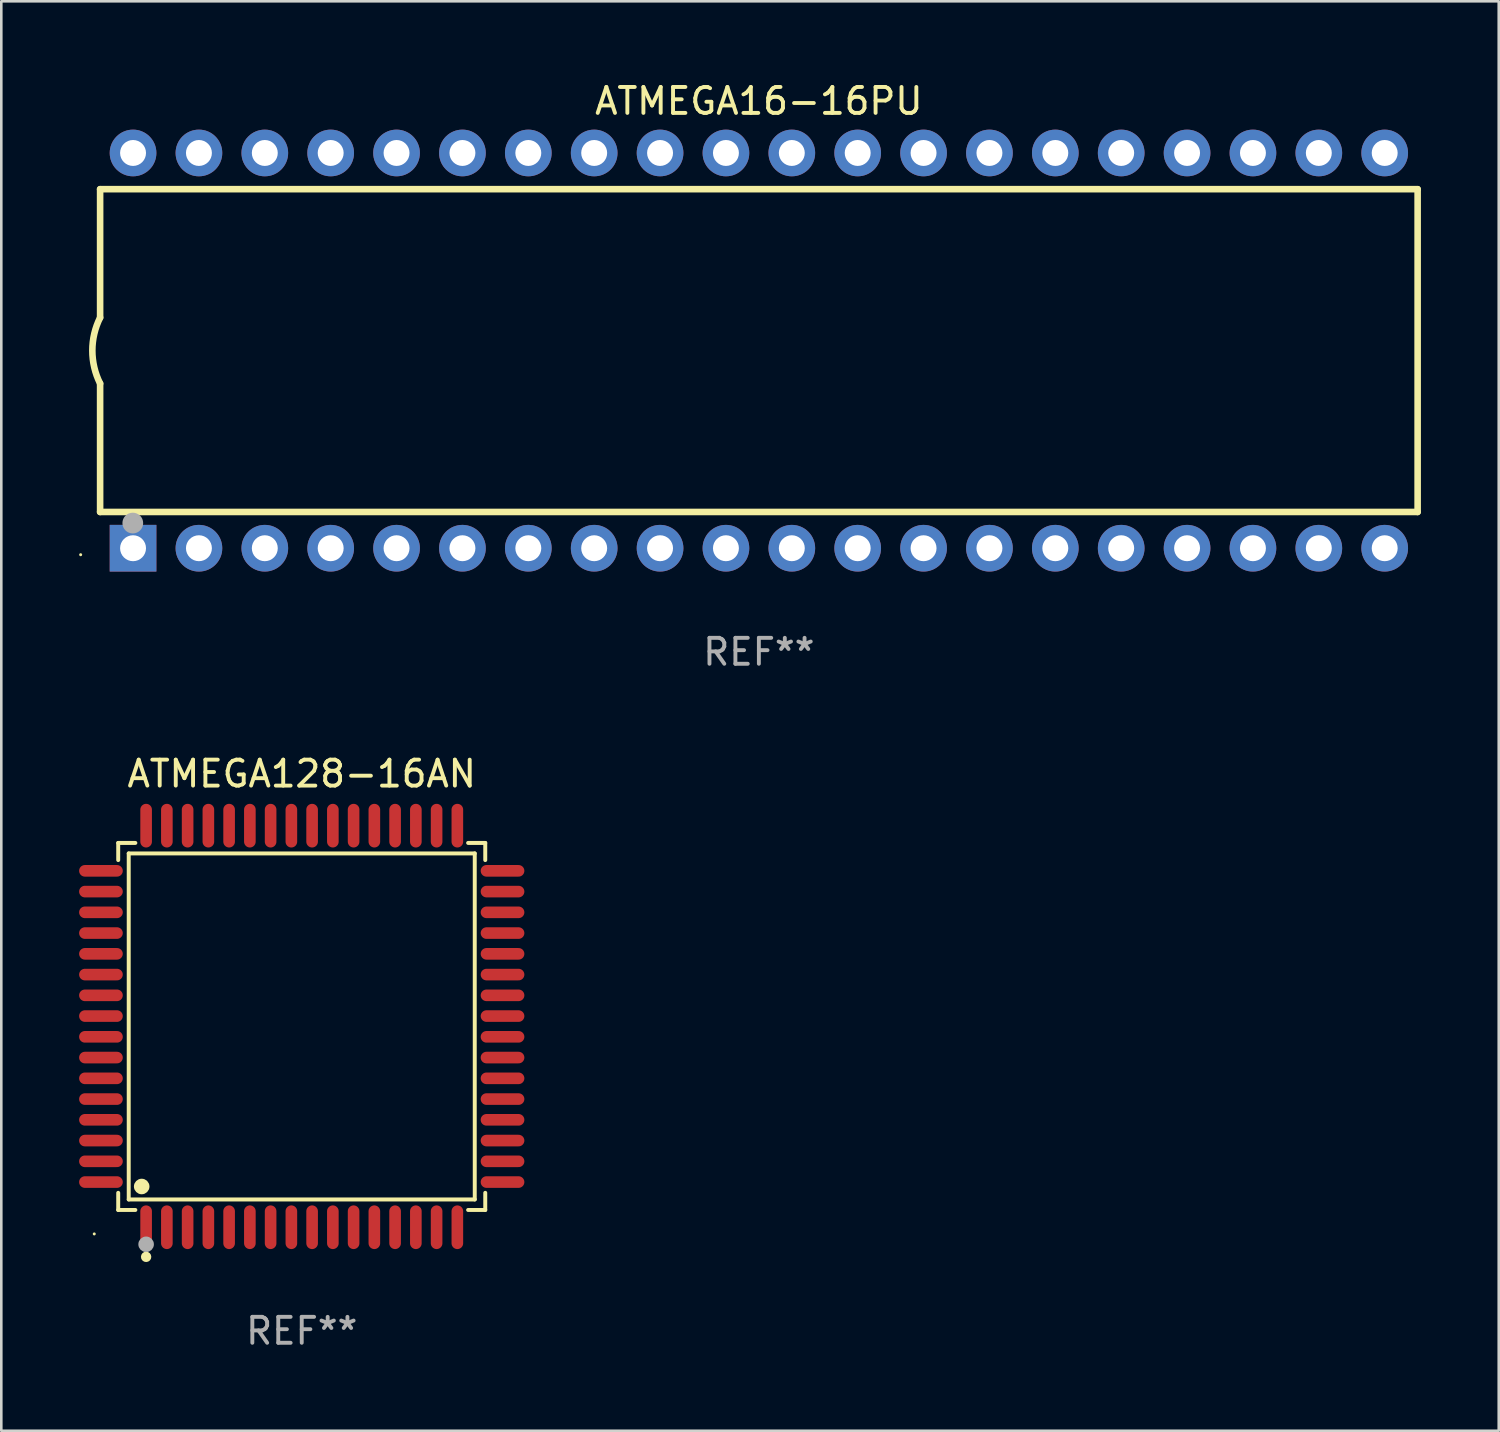
<source format=kicad_pcb>
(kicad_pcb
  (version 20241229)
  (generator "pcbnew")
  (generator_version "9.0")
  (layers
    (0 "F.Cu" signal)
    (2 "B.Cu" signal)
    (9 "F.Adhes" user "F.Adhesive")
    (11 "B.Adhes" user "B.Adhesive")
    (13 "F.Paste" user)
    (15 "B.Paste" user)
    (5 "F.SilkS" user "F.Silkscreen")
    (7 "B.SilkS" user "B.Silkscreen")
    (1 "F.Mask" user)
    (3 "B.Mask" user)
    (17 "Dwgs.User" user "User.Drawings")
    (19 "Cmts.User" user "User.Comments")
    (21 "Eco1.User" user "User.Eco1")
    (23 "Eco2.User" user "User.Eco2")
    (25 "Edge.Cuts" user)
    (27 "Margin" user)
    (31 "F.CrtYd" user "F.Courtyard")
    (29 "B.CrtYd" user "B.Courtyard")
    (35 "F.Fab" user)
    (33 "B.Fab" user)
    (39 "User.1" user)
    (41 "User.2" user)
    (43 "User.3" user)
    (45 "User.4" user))
  (footprint "ATMEGA128-16AN"
    (layer "F.Cu")
    (at 8.584 36.527)
    (property "Reference" "ATMEGA128-16AN" (at 0 -9.742 0) (layer "F.SilkS") (effects (font (size 1 1) (thickness 0.15))))
    (attr through_hole)
    (fp_line (start -7.076 -7.076) (end -6.415 -7.076) (stroke (width 0.152) (type solid)) (layer "F.SilkS"))
    (fp_line (start -7.076 -6.415) (end -7.076 -7.076) (stroke (width 0.152) (type solid)) (layer "F.SilkS"))
    (fp_line (start -7.076 6.415) (end -7.076 7.076) (stroke (width 0.152) (type solid)) (layer "F.SilkS"))
    (fp_line (start -7.076 7.076) (end -6.415 7.076) (stroke (width 0.152) (type solid)) (layer "F.SilkS"))
    (fp_line (start -6.671 -6.671) (end 6.671 -6.671) (stroke (width 0.152) (type solid)) (layer "F.SilkS"))
    (fp_line (start -6.671 6.671) (end -6.671 -6.671) (stroke (width 0.152) (type solid)) (layer "F.SilkS"))
    (fp_line (start 6.671 -6.671) (end 6.671 6.671) (stroke (width 0.152) (type solid)) (layer "F.SilkS"))
    (fp_line (start 6.671 6.671) (end -6.671 6.671) (stroke (width 0.152) (type solid)) (layer "F.SilkS"))
    (fp_line (start 7.076 -7.076) (end 6.415 -7.076) (stroke (width 0.152) (type solid)) (layer "F.SilkS"))
    (fp_line (start 7.076 -6.415) (end 7.076 -7.076) (stroke (width 0.152) (type solid)) (layer "F.SilkS"))
    (fp_line (start 7.076 6.415) (end 7.076 7.076) (stroke (width 0.152) (type solid)) (layer "F.SilkS"))
    (fp_line (start 7.076 7.076) (end 6.415 7.076) (stroke (width 0.152) (type solid)) (layer "F.SilkS"))
    (fp_circle (center -8 8) (end -7.97 8) (stroke (width 0.06) (type solid)) (fill no) (layer "F.SilkS"))
    (fp_circle (center -6.171 6.171) (end -6.021 6.171) (stroke (width 0.3) (type solid)) (fill no) (layer "F.SilkS"))
    (fp_circle (center -6 8.884) (end -5.9 8.884) (stroke (width 0.2) (type solid)) (fill no) (layer "F.SilkS"))
    (fp_circle (center -6 8.4) (end -5.85 8.4) (stroke (width 0.3) (type solid)) (fill no) (layer "F.Fab"))
    (fp_text user "REF**" (at 0 11.742 0) (layer "F.Fab") (effects (font (size 1 1) (thickness 0.15))))
    (pad "1" smd oval (at -6 7.742) (size 0.448 1.684) (layers "F.Cu" "F.Mask" "F.Paste"))
    (pad "2" smd oval (at -5.2 7.742) (size 0.448 1.684) (layers "F.Cu" "F.Mask" "F.Paste"))
    (pad "3" smd oval (at -4.4 7.742) (size 0.448 1.684) (layers "F.Cu" "F.Mask" "F.Paste"))
    (pad "4" smd oval (at -3.6 7.742) (size 0.448 1.684) (layers "F.Cu" "F.Mask" "F.Paste"))
    (pad "5" smd oval (at -2.8 7.742) (size 0.448 1.684) (layers "F.Cu" "F.Mask" "F.Paste"))
    (pad "6" smd oval (at -2 7.742) (size 0.448 1.684) (layers "F.Cu" "F.Mask" "F.Paste"))
    (pad "7" smd oval (at -1.2 7.742) (size 0.448 1.684) (layers "F.Cu" "F.Mask" "F.Paste"))
    (pad "8" smd oval (at -0.4 7.742) (size 0.448 1.684) (layers "F.Cu" "F.Mask" "F.Paste"))
    (pad "9" smd oval (at 0.4 7.742) (size 0.448 1.684) (layers "F.Cu" "F.Mask" "F.Paste"))
    (pad "10" smd oval (at 1.2 7.742) (size 0.448 1.684) (layers "F.Cu" "F.Mask" "F.Paste"))
    (pad "11" smd oval (at 2 7.742) (size 0.448 1.684) (layers "F.Cu" "F.Mask" "F.Paste"))
    (pad "12" smd oval (at 2.8 7.742) (size 0.448 1.684) (layers "F.Cu" "F.Mask" "F.Paste"))
    (pad "13" smd oval (at 3.6 7.742) (size 0.448 1.684) (layers "F.Cu" "F.Mask" "F.Paste"))
    (pad "14" smd oval (at 4.4 7.742) (size 0.448 1.684) (layers "F.Cu" "F.Mask" "F.Paste"))
    (pad "15" smd oval (at 5.2 7.742) (size 0.448 1.684) (layers "F.Cu" "F.Mask" "F.Paste"))
    (pad "16" smd oval (at 6 7.742) (size 0.448 1.684) (layers "F.Cu" "F.Mask" "F.Paste"))
    (pad "17" smd oval (at 7.742 6) (size 1.684 0.448) (layers "F.Cu" "F.Mask" "F.Paste"))
    (pad "18" smd oval (at 7.742 5.2) (size 1.684 0.448) (layers "F.Cu" "F.Mask" "F.Paste"))
    (pad "19" smd oval (at 7.742 4.4) (size 1.684 0.448) (layers "F.Cu" "F.Mask" "F.Paste"))
    (pad "20" smd oval (at 7.742 3.6) (size 1.684 0.448) (layers "F.Cu" "F.Mask" "F.Paste"))
    (pad "21" smd oval (at 7.742 2.8) (size 1.684 0.448) (layers "F.Cu" "F.Mask" "F.Paste"))
    (pad "22" smd oval (at 7.742 2) (size 1.684 0.448) (layers "F.Cu" "F.Mask" "F.Paste"))
    (pad "23" smd oval (at 7.742 1.2) (size 1.684 0.448) (layers "F.Cu" "F.Mask" "F.Paste"))
    (pad "24" smd oval (at 7.742 0.4) (size 1.684 0.448) (layers "F.Cu" "F.Mask" "F.Paste"))
    (pad "25" smd oval (at 7.742 -0.4) (size 1.684 0.448) (layers "F.Cu" "F.Mask" "F.Paste"))
    (pad "26" smd oval (at 7.742 -1.2) (size 1.684 0.448) (layers "F.Cu" "F.Mask" "F.Paste"))
    (pad "27" smd oval (at 7.742 -2) (size 1.684 0.448) (layers "F.Cu" "F.Mask" "F.Paste"))
    (pad "28" smd oval (at 7.742 -2.8) (size 1.684 0.448) (layers "F.Cu" "F.Mask" "F.Paste"))
    (pad "29" smd oval (at 7.742 -3.6) (size 1.684 0.448) (layers "F.Cu" "F.Mask" "F.Paste"))
    (pad "30" smd oval (at 7.742 -4.4) (size 1.684 0.448) (layers "F.Cu" "F.Mask" "F.Paste"))
    (pad "31" smd oval (at 7.742 -5.2) (size 1.684 0.448) (layers "F.Cu" "F.Mask" "F.Paste"))
    (pad "32" smd oval (at 7.742 -6) (size 1.684 0.448) (layers "F.Cu" "F.Mask" "F.Paste"))
    (pad "33" smd oval (at 6 -7.742) (size 0.448 1.684) (layers "F.Cu" "F.Mask" "F.Paste"))
    (pad "34" smd oval (at 5.2 -7.742) (size 0.448 1.684) (layers "F.Cu" "F.Mask" "F.Paste"))
    (pad "35" smd oval (at 4.4 -7.742) (size 0.448 1.684) (layers "F.Cu" "F.Mask" "F.Paste"))
    (pad "36" smd oval (at 3.6 -7.742) (size 0.448 1.684) (layers "F.Cu" "F.Mask" "F.Paste"))
    (pad "37" smd oval (at 2.8 -7.742) (size 0.448 1.684) (layers "F.Cu" "F.Mask" "F.Paste"))
    (pad "38" smd oval (at 2 -7.742) (size 0.448 1.684) (layers "F.Cu" "F.Mask" "F.Paste"))
    (pad "39" smd oval (at 1.2 -7.742) (size 0.448 1.684) (layers "F.Cu" "F.Mask" "F.Paste"))
    (pad "40" smd oval (at 0.4 -7.742) (size 0.448 1.684) (layers "F.Cu" "F.Mask" "F.Paste"))
    (pad "41" smd oval (at -0.4 -7.742) (size 0.448 1.684) (layers "F.Cu" "F.Mask" "F.Paste"))
    (pad "42" smd oval (at -1.2 -7.742) (size 0.448 1.684) (layers "F.Cu" "F.Mask" "F.Paste"))
    (pad "43" smd oval (at -2 -7.742) (size 0.448 1.684) (layers "F.Cu" "F.Mask" "F.Paste"))
    (pad "44" smd oval (at -2.8 -7.742) (size 0.448 1.684) (layers "F.Cu" "F.Mask" "F.Paste"))
    (pad "45" smd oval (at -3.6 -7.742) (size 0.448 1.684) (layers "F.Cu" "F.Mask" "F.Paste"))
    (pad "46" smd oval (at -4.4 -7.742) (size 0.448 1.684) (layers "F.Cu" "F.Mask" "F.Paste"))
    (pad "47" smd oval (at -5.2 -7.742) (size 0.448 1.684) (layers "F.Cu" "F.Mask" "F.Paste"))
    (pad "48" smd oval (at -6 -7.742) (size 0.448 1.684) (layers "F.Cu" "F.Mask" "F.Paste"))
    (pad "49" smd oval (at -7.742 -6) (size 1.684 0.448) (layers "F.Cu" "F.Mask" "F.Paste"))
    (pad "50" smd oval (at -7.742 -5.2) (size 1.684 0.448) (layers "F.Cu" "F.Mask" "F.Paste"))
    (pad "51" smd oval (at -7.742 -4.4) (size 1.684 0.448) (layers "F.Cu" "F.Mask" "F.Paste"))
    (pad "52" smd oval (at -7.742 -3.6) (size 1.684 0.448) (layers "F.Cu" "F.Mask" "F.Paste"))
    (pad "53" smd oval (at -7.742 -2.8) (size 1.684 0.448) (layers "F.Cu" "F.Mask" "F.Paste"))
    (pad "54" smd oval (at -7.742 -2) (size 1.684 0.448) (layers "F.Cu" "F.Mask" "F.Paste"))
    (pad "55" smd oval (at -7.742 -1.2) (size 1.684 0.448) (layers "F.Cu" "F.Mask" "F.Paste"))
    (pad "56" smd oval (at -7.742 -0.4) (size 1.684 0.448) (layers "F.Cu" "F.Mask" "F.Paste"))
    (pad "57" smd oval (at -7.742 0.4) (size 1.684 0.448) (layers "F.Cu" "F.Mask" "F.Paste"))
    (pad "58" smd oval (at -7.742 1.2) (size 1.684 0.448) (layers "F.Cu" "F.Mask" "F.Paste"))
    (pad "59" smd oval (at -7.742 2) (size 1.684 0.448) (layers "F.Cu" "F.Mask" "F.Paste"))
    (pad "60" smd oval (at -7.742 2.8) (size 1.684 0.448) (layers "F.Cu" "F.Mask" "F.Paste"))
    (pad "61" smd oval (at -7.742 3.6) (size 1.684 0.448) (layers "F.Cu" "F.Mask" "F.Paste"))
    (pad "62" smd oval (at -7.742 4.4) (size 1.684 0.448) (layers "F.Cu" "F.Mask" "F.Paste"))
    (pad "63" smd oval (at -7.742 5.2) (size 1.684 0.448) (layers "F.Cu" "F.Mask" "F.Paste"))
    (pad "64" smd oval (at -7.742 6) (size 1.684 0.448) (layers "F.Cu" "F.Mask" "F.Paste")))
  (footprint "ATMEGA16-16PU"
    (layer "F.Cu")
    (at 26.21 10.468)
    (property "Reference" "ATMEGA16-16PU" (at 0 -9.62 0) (layer "F.SilkS") (effects (font (size 1 1) (thickness 0.15))))
    (attr through_hole)
    (fp_line (start -25.4 -6.224) (end -25.4 -1.271) (stroke (width 0.254) (type solid)) (layer "F.SilkS"))
    (fp_line (start -25.4 -6.224) (end 25.4 -6.224) (stroke (width 0.254) (type solid)) (layer "F.SilkS"))
    (fp_line (start -25.4 1.269) (end -25.4 6.222) (stroke (width 0.254) (type solid)) (layer "F.SilkS"))
    (fp_line (start -25.4 6.222) (end 25.4 6.222) (stroke (width 0.254) (type solid)) (layer "F.SilkS"))
    (fp_line (start 25.4 6.222) (end 25.4 -6.224) (stroke (width 0.254) (type solid)) (layer "F.SilkS"))
    (fp_arc (start -25.4 1.269241) (mid -25.699807 -0.000762) (end -25.4 -1.270765) (stroke (width 0.254001) (type solid)) (layer "F.SilkS"))
    (fp_circle (center -26.15 7.87) (end -26.12 7.87) (stroke (width 0.06) (type solid)) (fill no) (layer "F.SilkS"))
    (fp_circle (center -24.14 6.65) (end -23.94 6.65) (stroke (width 0.4) (type solid)) (fill no) (layer "F.Fab"))
    (fp_text user "REF**" (at 0 11.62 0) (layer "F.Fab") (effects (font (size 1 1) (thickness 0.15))))
    (pad "1" thru_hole rect (at -24.13 7.62 90) (size 1.8 1.8) (drill 1) (layers "*.Cu" "*.Mask"))
    (pad "2" thru_hole circle (at -21.59 7.62) (size 1.8 1.8) (drill 1) (layers "*.Cu" "*.Mask"))
    (pad "3" thru_hole circle (at -19.05 7.62) (size 1.8 1.8) (drill 1) (layers "*.Cu" "*.Mask"))
    (pad "4" thru_hole circle (at -16.51 7.62) (size 1.8 1.8) (drill 1) (layers "*.Cu" "*.Mask"))
    (pad "5" thru_hole circle (at -13.97 7.62) (size 1.8 1.8) (drill 1) (layers "*.Cu" "*.Mask"))
    (pad "6" thru_hole circle (at -11.43 7.62) (size 1.8 1.8) (drill 1) (layers "*.Cu" "*.Mask"))
    (pad "7" thru_hole circle (at -8.89 7.62) (size 1.8 1.8) (drill 1) (layers "*.Cu" "*.Mask"))
    (pad "8" thru_hole circle (at -6.35 7.62) (size 1.8 1.8) (drill 1) (layers "*.Cu" "*.Mask"))
    (pad "9" thru_hole circle (at -3.81 7.62) (size 1.8 1.8) (drill 1) (layers "*.Cu" "*.Mask"))
    (pad "10" thru_hole circle (at -1.27 7.62) (size 1.8 1.8) (drill 1) (layers "*.Cu" "*.Mask"))
    (pad "11" thru_hole circle (at 1.27 7.62) (size 1.8 1.8) (drill 1) (layers "*.Cu" "*.Mask"))
    (pad "12" thru_hole circle (at 3.81 7.62) (size 1.8 1.8) (drill 1) (layers "*.Cu" "*.Mask"))
    (pad "13" thru_hole circle (at 6.35 7.62) (size 1.8 1.8) (drill 1) (layers "*.Cu" "*.Mask"))
    (pad "14" thru_hole circle (at 8.89 7.62) (size 1.8 1.8) (drill 1) (layers "*.Cu" "*.Mask"))
    (pad "15" thru_hole circle (at 11.43 7.62) (size 1.8 1.8) (drill 1) (layers "*.Cu" "*.Mask"))
    (pad "16" thru_hole circle (at 13.97 7.62) (size 1.8 1.8) (drill 1) (layers "*.Cu" "*.Mask"))
    (pad "17" thru_hole circle (at 16.51 7.62) (size 1.8 1.8) (drill 1) (layers "*.Cu" "*.Mask"))
    (pad "18" thru_hole circle (at 19.05 7.62) (size 1.8 1.8) (drill 1) (layers "*.Cu" "*.Mask"))
    (pad "19" thru_hole circle (at 21.59 7.62) (size 1.8 1.8) (drill 1) (layers "*.Cu" "*.Mask"))
    (pad "20" thru_hole circle (at 24.13 7.62) (size 1.8 1.8) (drill 1) (layers "*.Cu" "*.Mask"))
    (pad "21" thru_hole circle (at 24.13 -7.62) (size 1.8 1.8) (drill 1) (layers "*.Cu" "*.Mask"))
    (pad "22" thru_hole circle (at 21.59 -7.62) (size 1.8 1.8) (drill 1) (layers "*.Cu" "*.Mask"))
    (pad "23" thru_hole circle (at 19.05 -7.62) (size 1.8 1.8) (drill 1) (layers "*.Cu" "*.Mask"))
    (pad "24" thru_hole circle (at 16.51 -7.62) (size 1.8 1.8) (drill 1) (layers "*.Cu" "*.Mask"))
    (pad "25" thru_hole circle (at 13.97 -7.62) (size 1.8 1.8) (drill 1) (layers "*.Cu" "*.Mask"))
    (pad "26" thru_hole circle (at 11.43 -7.62) (size 1.8 1.8) (drill 1) (layers "*.Cu" "*.Mask"))
    (pad "27" thru_hole circle (at 8.89 -7.62) (size 1.8 1.8) (drill 1) (layers "*.Cu" "*.Mask"))
    (pad "28" thru_hole circle (at 6.35 -7.62) (size 1.8 1.8) (drill 1) (layers "*.Cu" "*.Mask"))
    (pad "29" thru_hole circle (at 3.81 -7.62) (size 1.8 1.8) (drill 1) (layers "*.Cu" "*.Mask"))
    (pad "30" thru_hole circle (at 1.27 -7.62) (size 1.8 1.8) (drill 1) (layers "*.Cu" "*.Mask"))
    (pad "31" thru_hole circle (at -1.27 -7.62) (size 1.8 1.8) (drill 1) (layers "*.Cu" "*.Mask"))
    (pad "32" thru_hole circle (at -3.81 -7.62) (size 1.8 1.8) (drill 1) (layers "*.Cu" "*.Mask"))
    (pad "33" thru_hole circle (at -6.35 -7.62) (size 1.8 1.8) (drill 1) (layers "*.Cu" "*.Mask"))
    (pad "34" thru_hole circle (at -8.89 -7.62) (size 1.8 1.8) (drill 1) (layers "*.Cu" "*.Mask"))
    (pad "35" thru_hole circle (at -11.43 -7.62) (size 1.8 1.8) (drill 1) (layers "*.Cu" "*.Mask"))
    (pad "36" thru_hole circle (at -13.97 -7.62) (size 1.8 1.8) (drill 1) (layers "*.Cu" "*.Mask"))
    (pad "37" thru_hole circle (at -16.51 -7.62) (size 1.8 1.8) (drill 1) (layers "*.Cu" "*.Mask"))
    (pad "38" thru_hole circle (at -19.05 -7.62) (size 1.8 1.8) (drill 1) (layers "*.Cu" "*.Mask"))
    (pad "39" thru_hole circle (at -21.59 -7.62) (size 1.8 1.8) (drill 1) (layers "*.Cu" "*.Mask"))
    (pad "40" thru_hole circle (at -24.13 -7.62) (size 1.8 1.8) (drill 1) (layers "*.Cu" "*.Mask")))
  (gr_rect
    (start -3 -3)
    (end 54.737 52.117)
    (stroke (width 0.1) (type default))
    (fill no)
    (layer "Edge.Cuts")))
</source>
